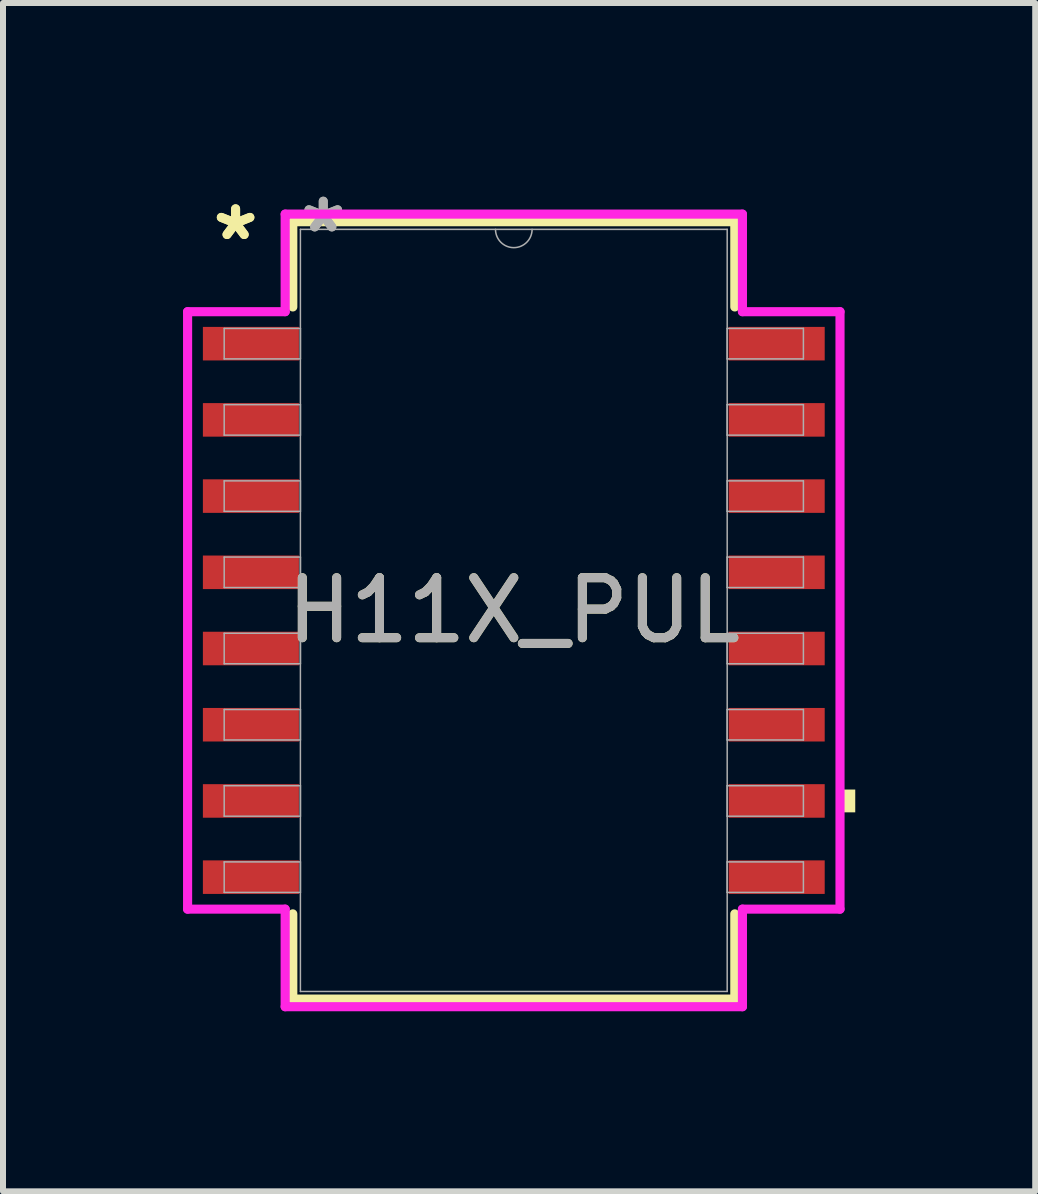
<source format=kicad_pcb>
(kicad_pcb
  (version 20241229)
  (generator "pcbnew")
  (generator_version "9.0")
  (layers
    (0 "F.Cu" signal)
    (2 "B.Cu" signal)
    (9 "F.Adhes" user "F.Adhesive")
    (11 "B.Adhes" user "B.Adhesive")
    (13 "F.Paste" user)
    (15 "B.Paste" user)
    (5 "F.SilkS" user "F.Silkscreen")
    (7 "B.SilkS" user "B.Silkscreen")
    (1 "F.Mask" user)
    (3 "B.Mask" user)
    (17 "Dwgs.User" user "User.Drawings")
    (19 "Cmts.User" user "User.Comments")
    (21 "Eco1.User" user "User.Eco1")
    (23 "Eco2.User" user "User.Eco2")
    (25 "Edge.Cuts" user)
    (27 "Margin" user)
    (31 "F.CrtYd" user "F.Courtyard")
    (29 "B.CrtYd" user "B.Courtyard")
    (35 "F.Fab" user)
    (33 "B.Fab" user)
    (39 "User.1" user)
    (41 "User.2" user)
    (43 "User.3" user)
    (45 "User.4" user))
  (footprint "H11X_PUL"
    (layer "F.Cu")
    (at 5.512 7.122)
    (property "Reference" "H11X_PUL" (at 0 0 0) (unlocked yes) (layer "F.SilkS") (effects (font (size 1 1) (thickness 0.15))))
    (attr smd)
    (fp_line (start -3.683 -6.477) (end -3.683 -5.057) (stroke (width 0.152) (type solid)) (layer "F.SilkS"))
    (fp_line (start -3.683 5.057) (end -3.683 6.477) (stroke (width 0.152) (type solid)) (layer "F.SilkS"))
    (fp_line (start -3.683 6.477) (end 3.683 6.477) (stroke (width 0.152) (type solid)) (layer "F.SilkS"))
    (fp_line (start 3.683 -6.477) (end -3.683 -6.477) (stroke (width 0.152) (type solid)) (layer "F.SilkS"))
    (fp_line (start 3.683 -5.057) (end 3.683 -6.477) (stroke (width 0.152) (type solid)) (layer "F.SilkS"))
    (fp_line (start 3.683 6.477) (end 3.683 5.057) (stroke (width 0.152) (type solid)) (layer "F.SilkS"))
    (fp_poly (pts (xy 5.69 2.985) (xy 5.69 3.365) (xy 5.436 3.365) (xy 5.436 2.985)) (stroke (width 0) (type solid)) (fill yes) (layer "F.SilkS"))
    (fp_line (start -5.436 -4.978) (end -3.81 -4.978) (stroke (width 0.152) (type solid)) (layer "F.CrtYd"))
    (fp_line (start -5.436 4.978) (end -5.436 -4.978) (stroke (width 0.152) (type solid)) (layer "F.CrtYd"))
    (fp_line (start -5.436 4.978) (end -3.81 4.978) (stroke (width 0.152) (type solid)) (layer "F.CrtYd"))
    (fp_line (start -3.81 -6.604) (end 3.81 -6.604) (stroke (width 0.152) (type solid)) (layer "F.CrtYd"))
    (fp_line (start -3.81 -4.978) (end -3.81 -6.604) (stroke (width 0.152) (type solid)) (layer "F.CrtYd"))
    (fp_line (start -3.81 6.604) (end -3.81 4.978) (stroke (width 0.152) (type solid)) (layer "F.CrtYd"))
    (fp_line (start 3.81 -6.604) (end 3.81 -4.978) (stroke (width 0.152) (type solid)) (layer "F.CrtYd"))
    (fp_line (start 3.81 4.978) (end 3.81 6.604) (stroke (width 0.152) (type solid)) (layer "F.CrtYd"))
    (fp_line (start 3.81 6.604) (end -3.81 6.604) (stroke (width 0.152) (type solid)) (layer "F.CrtYd"))
    (fp_line (start 5.436 -4.978) (end 3.81 -4.978) (stroke (width 0.152) (type solid)) (layer "F.CrtYd"))
    (fp_line (start 5.436 -4.978) (end 5.436 4.978) (stroke (width 0.152) (type solid)) (layer "F.CrtYd"))
    (fp_line (start 5.436 4.978) (end 3.81 4.978) (stroke (width 0.152) (type solid)) (layer "F.CrtYd"))
    (fp_line (start -4.826 -4.699) (end -4.826 -4.191) (stroke (width 0.025) (type solid)) (layer "F.Fab"))
    (fp_line (start -4.826 -4.191) (end -3.556 -4.191) (stroke (width 0.025) (type solid)) (layer "F.Fab"))
    (fp_line (start -4.826 -3.429) (end -4.826 -2.921) (stroke (width 0.025) (type solid)) (layer "F.Fab"))
    (fp_line (start -4.826 -2.921) (end -3.556 -2.921) (stroke (width 0.025) (type solid)) (layer "F.Fab"))
    (fp_line (start -4.826 -2.159) (end -4.826 -1.651) (stroke (width 0.025) (type solid)) (layer "F.Fab"))
    (fp_line (start -4.826 -1.651) (end -3.556 -1.651) (stroke (width 0.025) (type solid)) (layer "F.Fab"))
    (fp_line (start -4.826 -0.889) (end -4.826 -0.381) (stroke (width 0.025) (type solid)) (layer "F.Fab"))
    (fp_line (start -4.826 -0.381) (end -3.556 -0.381) (stroke (width 0.025) (type solid)) (layer "F.Fab"))
    (fp_line (start -4.826 0.381) (end -4.826 0.889) (stroke (width 0.025) (type solid)) (layer "F.Fab"))
    (fp_line (start -4.826 0.889) (end -3.556 0.889) (stroke (width 0.025) (type solid)) (layer "F.Fab"))
    (fp_line (start -4.826 1.651) (end -4.826 2.159) (stroke (width 0.025) (type solid)) (layer "F.Fab"))
    (fp_line (start -4.826 2.159) (end -3.556 2.159) (stroke (width 0.025) (type solid)) (layer "F.Fab"))
    (fp_line (start -4.826 2.921) (end -4.826 3.429) (stroke (width 0.025) (type solid)) (layer "F.Fab"))
    (fp_line (start -4.826 3.429) (end -3.556 3.429) (stroke (width 0.025) (type solid)) (layer "F.Fab"))
    (fp_line (start -4.826 4.191) (end -4.826 4.699) (stroke (width 0.025) (type solid)) (layer "F.Fab"))
    (fp_line (start -4.826 4.699) (end -3.556 4.699) (stroke (width 0.025) (type solid)) (layer "F.Fab"))
    (fp_line (start -3.556 -6.35) (end -3.556 6.35) (stroke (width 0.025) (type solid)) (layer "F.Fab"))
    (fp_line (start -3.556 -4.699) (end -4.826 -4.699) (stroke (width 0.025) (type solid)) (layer "F.Fab"))
    (fp_line (start -3.556 -4.191) (end -3.556 -4.699) (stroke (width 0.025) (type solid)) (layer "F.Fab"))
    (fp_line (start -3.556 -3.429) (end -4.826 -3.429) (stroke (width 0.025) (type solid)) (layer "F.Fab"))
    (fp_line (start -3.556 -2.921) (end -3.556 -3.429) (stroke (width 0.025) (type solid)) (layer "F.Fab"))
    (fp_line (start -3.556 -2.159) (end -4.826 -2.159) (stroke (width 0.025) (type solid)) (layer "F.Fab"))
    (fp_line (start -3.556 -1.651) (end -3.556 -2.159) (stroke (width 0.025) (type solid)) (layer "F.Fab"))
    (fp_line (start -3.556 -0.889) (end -4.826 -0.889) (stroke (width 0.025) (type solid)) (layer "F.Fab"))
    (fp_line (start -3.556 -0.381) (end -3.556 -0.889) (stroke (width 0.025) (type solid)) (layer "F.Fab"))
    (fp_line (start -3.556 0.381) (end -4.826 0.381) (stroke (width 0.025) (type solid)) (layer "F.Fab"))
    (fp_line (start -3.556 0.889) (end -3.556 0.381) (stroke (width 0.025) (type solid)) (layer "F.Fab"))
    (fp_line (start -3.556 1.651) (end -4.826 1.651) (stroke (width 0.025) (type solid)) (layer "F.Fab"))
    (fp_line (start -3.556 2.159) (end -3.556 1.651) (stroke (width 0.025) (type solid)) (layer "F.Fab"))
    (fp_line (start -3.556 2.921) (end -4.826 2.921) (stroke (width 0.025) (type solid)) (layer "F.Fab"))
    (fp_line (start -3.556 3.429) (end -3.556 2.921) (stroke (width 0.025) (type solid)) (layer "F.Fab"))
    (fp_line (start -3.556 4.191) (end -4.826 4.191) (stroke (width 0.025) (type solid)) (layer "F.Fab"))
    (fp_line (start -3.556 4.699) (end -3.556 4.191) (stroke (width 0.025) (type solid)) (layer "F.Fab"))
    (fp_line (start -3.556 6.35) (end 3.556 6.35) (stroke (width 0.025) (type solid)) (layer "F.Fab"))
    (fp_line (start 3.556 -6.35) (end -3.556 -6.35) (stroke (width 0.025) (type solid)) (layer "F.Fab"))
    (fp_line (start 3.556 -4.699) (end 3.556 -4.191) (stroke (width 0.025) (type solid)) (layer "F.Fab"))
    (fp_line (start 3.556 -4.191) (end 4.826 -4.191) (stroke (width 0.025) (type solid)) (layer "F.Fab"))
    (fp_line (start 3.556 -3.429) (end 3.556 -2.921) (stroke (width 0.025) (type solid)) (layer "F.Fab"))
    (fp_line (start 3.556 -2.921) (end 4.826 -2.921) (stroke (width 0.025) (type solid)) (layer "F.Fab"))
    (fp_line (start 3.556 -2.159) (end 3.556 -1.651) (stroke (width 0.025) (type solid)) (layer "F.Fab"))
    (fp_line (start 3.556 -1.651) (end 4.826 -1.651) (stroke (width 0.025) (type solid)) (layer "F.Fab"))
    (fp_line (start 3.556 -0.889) (end 3.556 -0.381) (stroke (width 0.025) (type solid)) (layer "F.Fab"))
    (fp_line (start 3.556 -0.381) (end 4.826 -0.381) (stroke (width 0.025) (type solid)) (layer "F.Fab"))
    (fp_line (start 3.556 0.381) (end 3.556 0.889) (stroke (width 0.025) (type solid)) (layer "F.Fab"))
    (fp_line (start 3.556 0.889) (end 4.826 0.889) (stroke (width 0.025) (type solid)) (layer "F.Fab"))
    (fp_line (start 3.556 1.651) (end 3.556 2.159) (stroke (width 0.025) (type solid)) (layer "F.Fab"))
    (fp_line (start 3.556 2.159) (end 4.826 2.159) (stroke (width 0.025) (type solid)) (layer "F.Fab"))
    (fp_line (start 3.556 2.921) (end 3.556 3.429) (stroke (width 0.025) (type solid)) (layer "F.Fab"))
    (fp_line (start 3.556 3.429) (end 4.826 3.429) (stroke (width 0.025) (type solid)) (layer "F.Fab"))
    (fp_line (start 3.556 4.191) (end 3.556 4.699) (stroke (width 0.025) (type solid)) (layer "F.Fab"))
    (fp_line (start 3.556 4.699) (end 4.826 4.699) (stroke (width 0.025) (type solid)) (layer "F.Fab"))
    (fp_line (start 3.556 6.35) (end 3.556 -6.35) (stroke (width 0.025) (type solid)) (layer "F.Fab"))
    (fp_line (start 4.826 -4.699) (end 3.556 -4.699) (stroke (width 0.025) (type solid)) (layer "F.Fab"))
    (fp_line (start 4.826 -4.191) (end 4.826 -4.699) (stroke (width 0.025) (type solid)) (layer "F.Fab"))
    (fp_line (start 4.826 -3.429) (end 3.556 -3.429) (stroke (width 0.025) (type solid)) (layer "F.Fab"))
    (fp_line (start 4.826 -2.921) (end 4.826 -3.429) (stroke (width 0.025) (type solid)) (layer "F.Fab"))
    (fp_line (start 4.826 -2.159) (end 3.556 -2.159) (stroke (width 0.025) (type solid)) (layer "F.Fab"))
    (fp_line (start 4.826 -1.651) (end 4.826 -2.159) (stroke (width 0.025) (type solid)) (layer "F.Fab"))
    (fp_line (start 4.826 -0.889) (end 3.556 -0.889) (stroke (width 0.025) (type solid)) (layer "F.Fab"))
    (fp_line (start 4.826 -0.381) (end 4.826 -0.889) (stroke (width 0.025) (type solid)) (layer "F.Fab"))
    (fp_line (start 4.826 0.381) (end 3.556 0.381) (stroke (width 0.025) (type solid)) (layer "F.Fab"))
    (fp_line (start 4.826 0.889) (end 4.826 0.381) (stroke (width 0.025) (type solid)) (layer "F.Fab"))
    (fp_line (start 4.826 1.651) (end 3.556 1.651) (stroke (width 0.025) (type solid)) (layer "F.Fab"))
    (fp_line (start 4.826 2.159) (end 4.826 1.651) (stroke (width 0.025) (type solid)) (layer "F.Fab"))
    (fp_line (start 4.826 2.921) (end 3.556 2.921) (stroke (width 0.025) (type solid)) (layer "F.Fab"))
    (fp_line (start 4.826 3.429) (end 4.826 2.921) (stroke (width 0.025) (type solid)) (layer "F.Fab"))
    (fp_line (start 4.826 4.191) (end 3.556 4.191) (stroke (width 0.025) (type solid)) (layer "F.Fab"))
    (fp_line (start 4.826 4.699) (end 4.826 4.191) (stroke (width 0.025) (type solid)) (layer "F.Fab"))
    (fp_arc (start 0.3048 -6.35) (mid 0 -6.0452) (end -0.3048 -6.35) (stroke (width 0.0254) (type solid)) (layer "F.Fab"))
    (fp_text user "*" (at -4.636 -6.147 0) (unlocked yes) (layer "F.SilkS") (effects (font (size 1 1) (thickness 0.15))))
    (fp_text user "*" (at -4.636 -6.147 0) (layer "F.SilkS") (effects (font (size 1 1) (thickness 0.15))))
    (fp_text user "*" (at -3.175 -6.274 0) (unlocked yes) (layer "F.Fab") (effects (font (size 1 1) (thickness 0.15))))
    (fp_text user "*" (at -3.175 -6.274 0) (layer "F.Fab") (effects (font (size 1 1) (thickness 0.15))))
    (fp_text user "${REFERENCE}" (at 0 0 0) (unlocked yes) (layer "F.Fab") (effects (font (size 1 1) (thickness 0.15))))
    (pad "1" smd rect (at -4.381 -4.445) (size 1.6 0.559) (layers "F.Cu" "F.Mask" "F.Paste"))
    (pad "2" smd rect (at -4.381 -3.175) (size 1.6 0.559) (layers "F.Cu" "F.Mask" "F.Paste"))
    (pad "3" smd rect (at -4.381 -1.905) (size 1.6 0.559) (layers "F.Cu" "F.Mask" "F.Paste"))
    (pad "4" smd rect (at -4.381 -0.635) (size 1.6 0.559) (layers "F.Cu" "F.Mask" "F.Paste"))
    (pad "5" smd rect (at -4.381 0.635) (size 1.6 0.559) (layers "F.Cu" "F.Mask" "F.Paste"))
    (pad "6" smd rect (at -4.381 1.905) (size 1.6 0.559) (layers "F.Cu" "F.Mask" "F.Paste"))
    (pad "7" smd rect (at -4.381 3.175) (size 1.6 0.559) (layers "F.Cu" "F.Mask" "F.Paste"))
    (pad "8" smd rect (at -4.381 4.445) (size 1.6 0.559) (layers "F.Cu" "F.Mask" "F.Paste"))
    (pad "9" smd rect (at 4.381 4.445) (size 1.6 0.559) (layers "F.Cu" "F.Mask" "F.Paste"))
    (pad "10" smd rect (at 4.381 3.175) (size 1.6 0.559) (layers "F.Cu" "F.Mask" "F.Paste"))
    (pad "11" smd rect (at 4.381 1.905) (size 1.6 0.559) (layers "F.Cu" "F.Mask" "F.Paste"))
    (pad "12" smd rect (at 4.381 0.635) (size 1.6 0.559) (layers "F.Cu" "F.Mask" "F.Paste"))
    (pad "13" smd rect (at 4.381 -0.635) (size 1.6 0.559) (layers "F.Cu" "F.Mask" "F.Paste"))
    (pad "14" smd rect (at 4.381 -1.905) (size 1.6 0.559) (layers "F.Cu" "F.Mask" "F.Paste"))
    (pad "15" smd rect (at 4.381 -3.175) (size 1.6 0.559) (layers "F.Cu" "F.Mask" "F.Paste"))
    (pad "16" smd rect (at 4.381 -4.445) (size 1.6 0.559) (layers "F.Cu" "F.Mask" "F.Paste")))
  (gr_rect
    (start -3 -3)
    (end 14.201 16.802)
    (stroke (width 0.1) (type default))
    (fill no)
    (layer "Edge.Cuts")))
</source>
